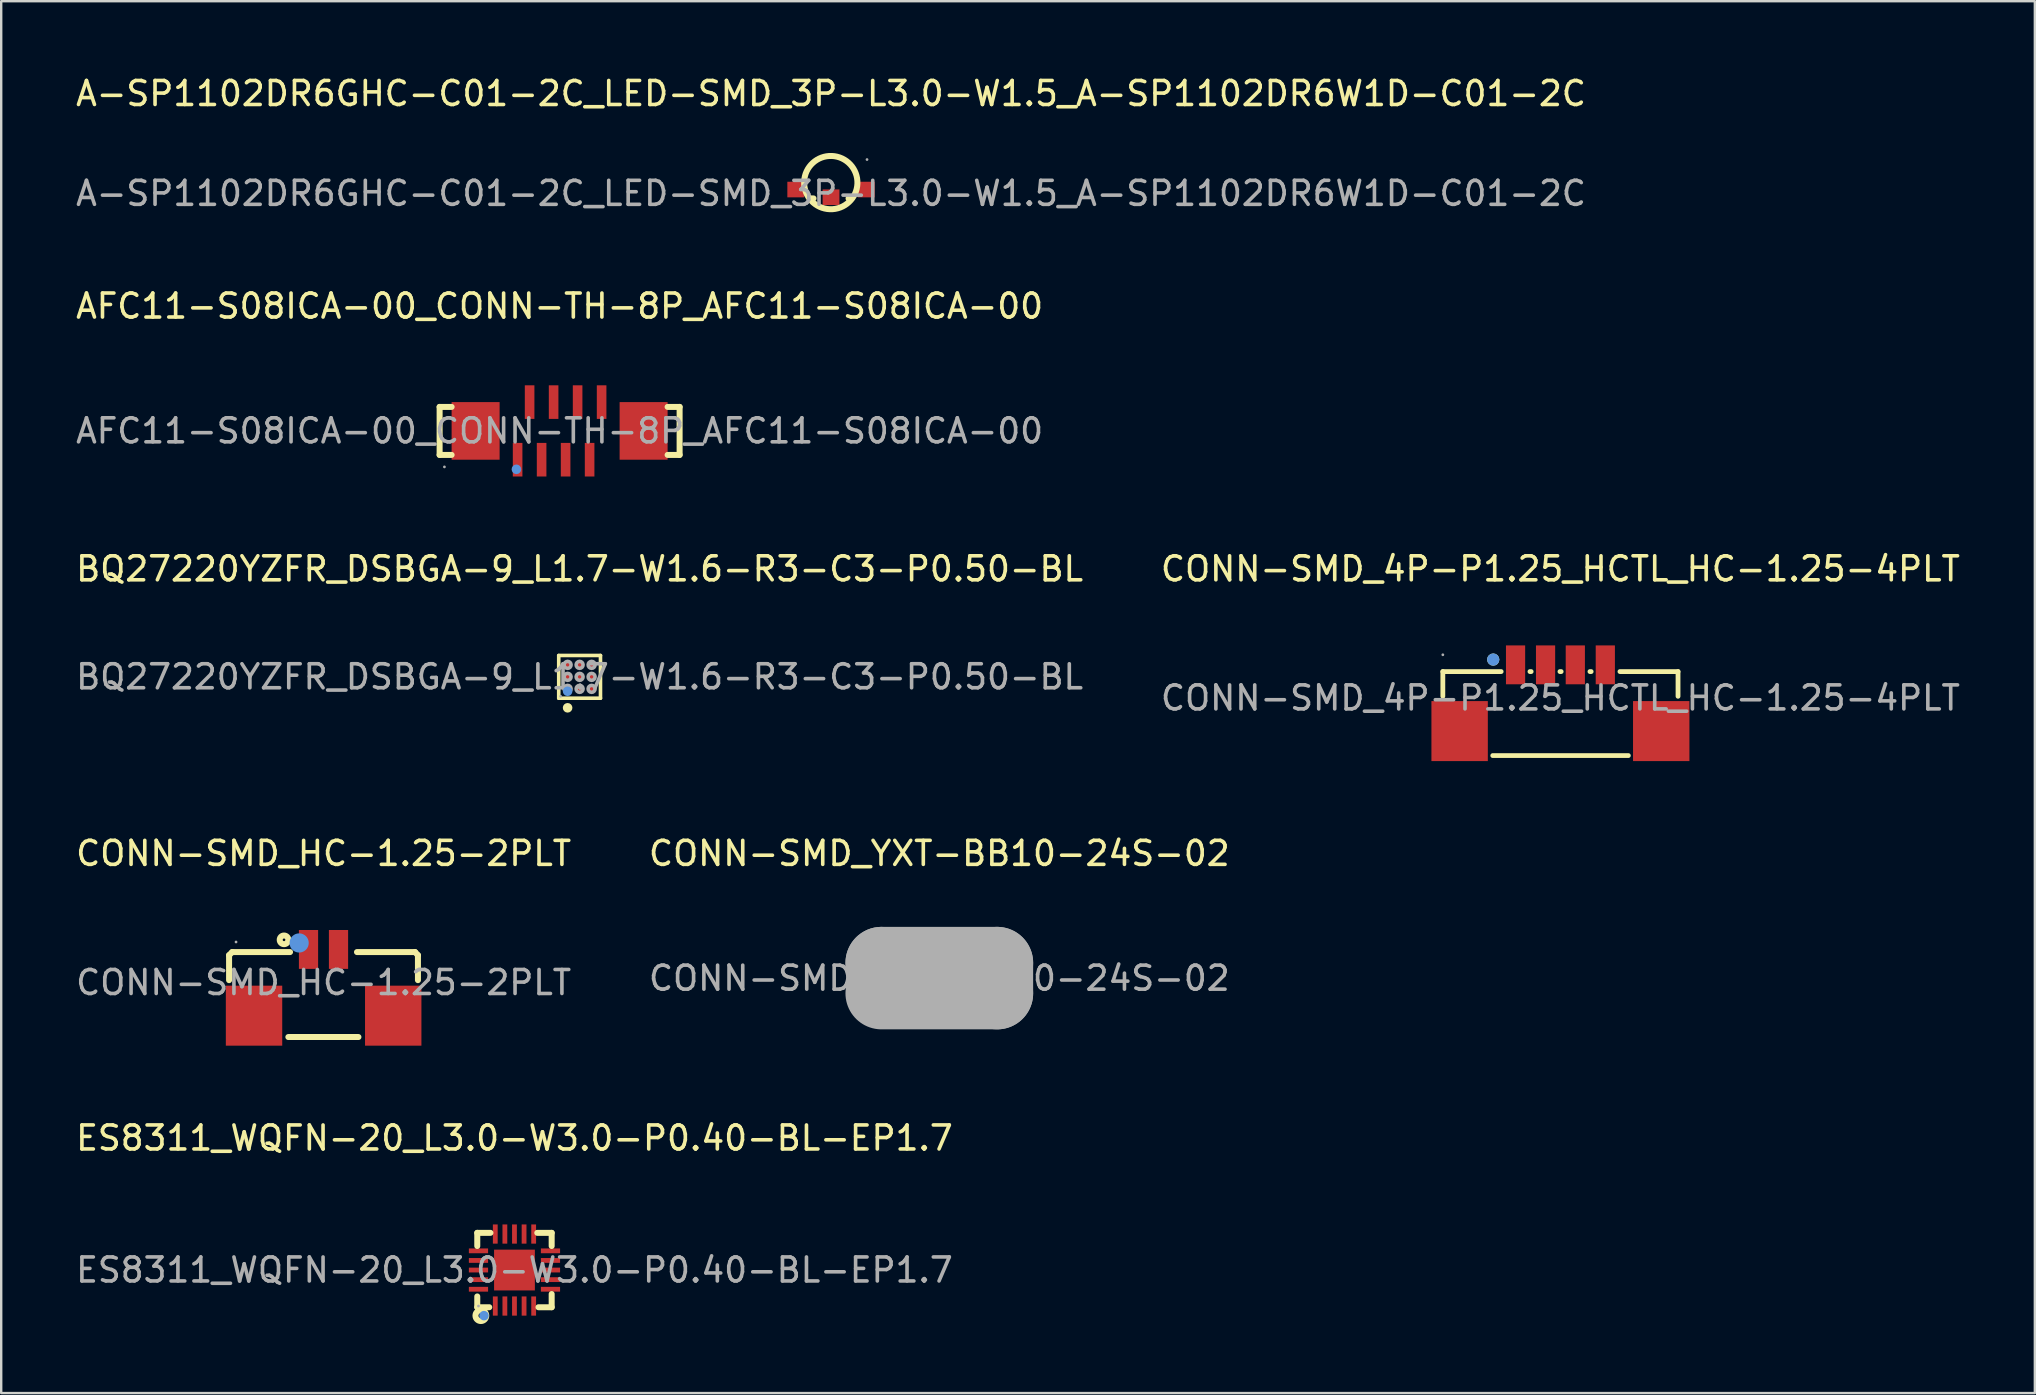
<source format=kicad_pcb>
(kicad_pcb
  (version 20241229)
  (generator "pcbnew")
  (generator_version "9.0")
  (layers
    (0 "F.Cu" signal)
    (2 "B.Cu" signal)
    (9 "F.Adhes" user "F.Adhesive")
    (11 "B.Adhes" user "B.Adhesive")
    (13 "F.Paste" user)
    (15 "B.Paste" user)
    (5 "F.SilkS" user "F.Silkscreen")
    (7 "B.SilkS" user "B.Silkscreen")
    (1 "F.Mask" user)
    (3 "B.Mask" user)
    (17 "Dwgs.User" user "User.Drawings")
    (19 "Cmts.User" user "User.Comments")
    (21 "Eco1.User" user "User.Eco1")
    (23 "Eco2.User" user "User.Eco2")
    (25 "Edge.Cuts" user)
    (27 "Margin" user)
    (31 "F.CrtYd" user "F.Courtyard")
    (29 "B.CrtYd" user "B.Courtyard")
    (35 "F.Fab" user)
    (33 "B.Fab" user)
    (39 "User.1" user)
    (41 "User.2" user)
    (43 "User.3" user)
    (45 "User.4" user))
  (footprint "A-SP1102DR6GHC-C01-2C_LED-SMD_3P-L3.0-W1.5_A-SP1102DR6W1D-C01-2C"
    (layer "F.Cu")
    (at 31.577 5.008)
    (property "Reference" "A-SP1102DR6GHC-C01-2C_LED-SMD_3P-L3.0-W1.5_A-SP1102DR6W1D-C01-2C" (at 0 -4.16 0) (layer "F.SilkS") (effects (font (size 1 1) (thickness 0.15))))
    (attr smd)
    (fp_line (start -0.85 0.21) (end -0.73 0.21) (stroke (width 0.25) (type solid)) (layer "F.SilkS"))
    (fp_line (start 0.73 0.21) (end 0.86 0.21) (stroke (width 0.25) (type solid)) (layer "F.SilkS"))
    (fp_arc (start -1.119307 -0.499368) (mid 1.099696 -0.410314) (end -1.12 -0.48) (stroke (width 0.25) (type solid)) (layer "F.SilkS"))
    (fp_circle (center 1.5 -1.41) (end 1.53 -1.41) (stroke (width 0.06) (type solid)) (fill no) (layer "F.Fab"))
    (fp_text user "${REFERENCE}" (at 0 0 0) (layer "F.Fab") (effects (font (size 1 1) (thickness 0.15))))
    (pad "1" smd rect (at 1.47 -0.16) (size 0.7 0.65) (layers "F.Cu" "F.Mask" "F.Paste"))
    (pad "2" smd rect (at 0 0.16) (size 0.7 0.65) (layers "F.Cu" "F.Mask" "F.Paste"))
    (pad "3" smd rect (at -1.47 -0.16) (size 0.7 0.65) (layers "F.Cu" "F.Mask" "F.Paste")))
  (footprint "BQ27220YZFR_DSBGA-9_L1.7-W1.6-R3-C3-P0.50-BL"
    (layer "F.Cu")
    (at 21.101 25.153)
    (property "Reference" "BQ27220YZFR_DSBGA-9_L1.7-W1.6-R3-C3-P0.50-BL" (at 0 -4.5 0) (layer "F.SilkS") (effects (font (size 1 1) (thickness 0.15))))
    (attr smd)
    (fp_line (start -0.87 -0.89) (end 0.87 -0.89) (stroke (width 0.15) (type solid)) (layer "F.SilkS"))
    (fp_line (start -0.87 0.89) (end -0.87 -0.89) (stroke (width 0.15) (type solid)) (layer "F.SilkS"))
    (fp_line (start 0.87 -0.89) (end 0.87 0.89) (stroke (width 0.15) (type solid)) (layer "F.SilkS"))
    (fp_line (start 0.87 0.89) (end -0.87 0.89) (stroke (width 0.15) (type solid)) (layer "F.SilkS"))
    (fp_circle (center -0.5 1.29) (end -0.4 1.29) (stroke (width 0.2) (type solid)) (fill no) (layer "F.SilkS"))
    (fp_circle (center -0.5 0.6) (end -0.4 0.6) (stroke (width 0.2) (type solid)) (fill no) (layer "Cmts.User"))
    (fp_circle (center -0.79 0.81) (end -0.76 0.81) (stroke (width 0.06) (type solid)) (fill no) (layer "F.Fab"))
    (fp_circle (center -0.5 -0.5) (end -0.43 -0.5) (stroke (width 0.15) (type solid)) (fill no) (layer "F.Fab"))
    (fp_circle (center -0.5 0) (end -0.43 0) (stroke (width 0.15) (type solid)) (fill no) (layer "F.Fab"))
    (fp_circle (center -0.5 0.5) (end -0.43 0.5) (stroke (width 0.15) (type solid)) (fill no) (layer "F.Fab"))
    (fp_circle (center 0 -0.5) (end 0.07 -0.5) (stroke (width 0.15) (type solid)) (fill no) (layer "F.Fab"))
    (fp_circle (center 0 0) (end 0.07 0) (stroke (width 0.15) (type solid)) (fill no) (layer "F.Fab"))
    (fp_circle (center 0 0.5) (end 0.07 0.5) (stroke (width 0.15) (type solid)) (fill no) (layer "F.Fab"))
    (fp_circle (center 0.5 -0.5) (end 0.57 -0.5) (stroke (width 0.15) (type solid)) (fill no) (layer "F.Fab"))
    (fp_circle (center 0.5 0) (end 0.57 0) (stroke (width 0.15) (type solid)) (fill no) (layer "F.Fab"))
    (fp_circle (center 0.5 0.5) (end 0.57 0.5) (stroke (width 0.15) (type solid)) (fill no) (layer "F.Fab"))
    (fp_text user "${REFERENCE}" (at 0 0 0) (layer "F.Fab") (effects (font (size 1 1) (thickness 0.15))))
    (pad "A1" smd circle (at -0.5 0.5) (size 0.24 0.24) (layers "F.Cu" "F.Mask" "F.Paste"))
    (pad "A2" smd circle (at -0.5 0) (size 0.24 0.24) (layers "F.Cu" "F.Mask" "F.Paste"))
    (pad "A3" smd circle (at -0.5 -0.5) (size 0.24 0.24) (layers "F.Cu" "F.Mask" "F.Paste"))
    (pad "B1" smd circle (at 0 0.5) (size 0.24 0.24) (layers "F.Cu" "F.Mask" "F.Paste"))
    (pad "B2" smd circle (at 0 0) (size 0.24 0.24) (layers "F.Cu" "F.Mask" "F.Paste"))
    (pad "B3" smd circle (at 0 -0.5) (size 0.24 0.24) (layers "F.Cu" "F.Mask" "F.Paste"))
    (pad "C1" smd circle (at 0.5 0.5) (size 0.24 0.24) (layers "F.Cu" "F.Mask" "F.Paste"))
    (pad "C2" smd circle (at 0.5 0) (size 0.24 0.24) (layers "F.Cu" "F.Mask" "F.Paste"))
    (pad "C3" smd circle (at 0.5 -0.5) (size 0.24 0.24) (layers "F.Cu" "F.Mask" "F.Paste")))
  (footprint "CONN-SMD_YXT-BB10-24S-02"
    (layer "F.Cu")
    (at 36.089 37.711)
    (property "Reference" "CONN-SMD_YXT-BB10-24S-02" (at 0 -5.2 0) (layer "F.SilkS") (effects (font (size 1 1) (thickness 0.15))))
    (attr smd)
    (fp_line (start -3.65 -0.4) (end -3.65 0.4) (stroke (width 0.15) (type solid)) (layer "F.SilkS"))
    (fp_line (start 3.65 -0.4) (end 3.65 0.4) (stroke (width 0.15) (type solid)) (layer "F.SilkS"))
    (fp_circle (center 2.16 -1.78) (end 2.26 -1.78) (stroke (width 0.2) (type solid)) (fill no) (layer "F.SilkS"))
    (fp_line (start -2.41 -0.64) (end -2.41 -0.64) (stroke (width 3) (type solid)) (layer "F.Fab"))
    (fp_line (start -2.41 -0.64) (end 2.41 -0.64) (stroke (width 3) (type solid)) (layer "F.Fab"))
    (fp_line (start 2.41 -0.64) (end 2.41 0.63) (stroke (width 3) (type solid)) (layer "F.Fab"))
    (fp_line (start 2.41 0.63) (end -2.41 0.63) (stroke (width 3) (type solid)) (layer "F.Fab"))
    (fp_circle (center 3.65 -1.26) (end 3.68 -1.26) (stroke (width 0.06) (type solid)) (fill no) (layer "F.Fab"))
    (fp_text user "${REFERENCE}" (at 0 0 0) (layer "F.Fab") (effects (font (size 1 1) (thickness 0.15))))
    (pad "1" smd rect (at 2.2 -1.2) (size 0.2 0.5) (layers "F.Cu" "F.Mask" "F.Paste"))
    (pad "2" smd rect (at 1.8 -1.2) (size 0.2 0.5) (layers "F.Cu" "F.Mask" "F.Paste"))
    (pad "3" smd rect (at 1.4 -1.2) (size 0.2 0.5) (layers "F.Cu" "F.Mask" "F.Paste"))
    (pad "4" smd rect (at 1 -1.2) (size 0.2 0.5) (layers "F.Cu" "F.Mask" "F.Paste"))
    (pad "5" smd rect (at 0.6 -1.2) (size 0.2 0.5) (layers "F.Cu" "F.Mask" "F.Paste"))
    (pad "6" smd rect (at 0.2 -1.2) (size 0.2 0.5) (layers "F.Cu" "F.Mask" "F.Paste"))
    (pad "7" smd rect (at -0.2 -1.2) (size 0.2 0.5) (layers "F.Cu" "F.Mask" "F.Paste"))
    (pad "8" smd rect (at -0.6 -1.2) (size 0.2 0.5) (layers "F.Cu" "F.Mask" "F.Paste"))
    (pad "9" smd rect (at -1 -1.2) (size 0.2 0.5) (layers "F.Cu" "F.Mask" "F.Paste"))
    (pad "10" smd rect (at -1.4 -1.2) (size 0.2 0.5) (layers "F.Cu" "F.Mask" "F.Paste"))
    (pad "11" smd rect (at -1.8 -1.2) (size 0.2 0.5) (layers "F.Cu" "F.Mask" "F.Paste"))
    (pad "12" smd rect (at -2.2 -1.2) (size 0.2 0.5) (layers "F.Cu" "F.Mask" "F.Paste"))
    (pad "13" smd rect (at -2.2 1.2) (size 0.2 0.5) (layers "F.Cu" "F.Mask" "F.Paste"))
    (pad "14" smd rect (at -1.8 1.2) (size 0.2 0.5) (layers "F.Cu" "F.Mask" "F.Paste"))
    (pad "15" smd rect (at -1.4 1.2) (size 0.2 0.5) (layers "F.Cu" "F.Mask" "F.Paste"))
    (pad "16" smd rect (at -1 1.2) (size 0.2 0.5) (layers "F.Cu" "F.Mask" "F.Paste"))
    (pad "17" smd rect (at -0.6 1.2) (size 0.2 0.5) (layers "F.Cu" "F.Mask" "F.Paste"))
    (pad "18" smd rect (at -0.2 1.2) (size 0.2 0.5) (layers "F.Cu" "F.Mask" "F.Paste"))
    (pad "19" smd rect (at 0.2 1.2) (size 0.2 0.5) (layers "F.Cu" "F.Mask" "F.Paste"))
    (pad "20" smd rect (at 0.6 1.2) (size 0.2 0.5) (layers "F.Cu" "F.Mask" "F.Paste"))
    (pad "21" smd rect (at 1 1.2) (size 0.2 0.5) (layers "F.Cu" "F.Mask" "F.Paste"))
    (pad "22" smd rect (at 1.4 1.2) (size 0.2 0.5) (layers "F.Cu" "F.Mask" "F.Paste"))
    (pad "23" smd rect (at 1.8 1.2) (size 0.2 0.5) (layers "F.Cu" "F.Mask" "F.Paste"))
    (pad "24" smd rect (at 2.2 1.2) (size 0.2 0.5) (layers "F.Cu" "F.Mask" "F.Paste"))
    (pad "25" smd rect (at -3.2 -0.99) (size 0.9 0.92) (layers "F.Cu" "F.Mask" "F.Paste"))
    (pad "26" smd rect (at -3.2 0.99) (size 0.9 0.92) (layers "F.Cu" "F.Mask" "F.Paste"))
    (pad "27" smd rect (at 3.2 0.99) (size 0.9 0.92) (layers "F.Cu" "F.Mask" "F.Paste"))
    (pad "28" smd rect (at 3.2 -0.99) (size 0.9 0.92) (layers "F.Cu" "F.Mask" "F.Paste")))
  (footprint "AFC11-S08ICA-00_CONN-TH-8P_AFC11-S08ICA-00"
    (layer "F.Cu")
    (at 20.268 14.905)
    (property "Reference" "AFC11-S08ICA-00_CONN-TH-8P_AFC11-S08ICA-00" (at 0 -5.2 0) (layer "F.SilkS") (effects (font (size 1 1) (thickness 0.15))))
    (attr smd)
    (fp_line (start -5 -1) (end -5 1) (stroke (width 0.25) (type solid)) (layer "F.SilkS"))
    (fp_line (start -5 1) (end -4.5 1) (stroke (width 0.25) (type solid)) (layer "F.SilkS"))
    (fp_line (start -4.5 -1) (end -5 -1) (stroke (width 0.25) (type solid)) (layer "F.SilkS"))
    (fp_line (start 4.5 -1) (end 5 -1) (stroke (width 0.25) (type solid)) (layer "F.SilkS"))
    (fp_line (start 5 -1) (end 5 1) (stroke (width 0.25) (type solid)) (layer "F.SilkS"))
    (fp_line (start 5 1) (end 4.5 1) (stroke (width 0.25) (type solid)) (layer "F.SilkS"))
    (fp_circle (center -1.8 1.6) (end -1.7 1.6) (stroke (width 0.2) (type solid)) (fill no) (layer "Cmts.User"))
    (fp_circle (center -4.8 1.5) (end -4.77 1.5) (stroke (width 0.06) (type solid)) (fill no) (layer "F.Fab"))
    (fp_text user "${REFERENCE}" (at 0 0 0) (layer "F.Fab") (effects (font (size 1 1) (thickness 0.15))))
    (pad "1" smd rect (at -1.75 1.2) (size 0.4 1.4) (layers "F.Cu" "F.Mask" "F.Paste"))
    (pad "2" smd rect (at -1.25 -1.2) (size 0.4 1.4) (layers "F.Cu" "F.Mask" "F.Paste"))
    (pad "3" smd rect (at -0.75 1.2) (size 0.4 1.4) (layers "F.Cu" "F.Mask" "F.Paste"))
    (pad "4" smd rect (at -0.25 -1.2) (size 0.4 1.4) (layers "F.Cu" "F.Mask" "F.Paste"))
    (pad "5" smd rect (at 0.25 1.2) (size 0.4 1.4) (layers "F.Cu" "F.Mask" "F.Paste"))
    (pad "6" smd rect (at 0.75 -1.2) (size 0.4 1.4) (layers "F.Cu" "F.Mask" "F.Paste"))
    (pad "7" smd rect (at 1.25 1.2) (size 0.4 1.4) (layers "F.Cu" "F.Mask" "F.Paste"))
    (pad "8" smd rect (at 1.75 -1.2) (size 0.4 1.4) (layers "F.Cu" "F.Mask" "F.Paste"))
    (pad "9" smd rect (at 3.5 0) (size 2 2.4) (layers "F.Cu" "F.Mask" "F.Paste"))
    (pad "10" smd rect (at -3.5 0) (size 2 2.4) (layers "F.Cu" "F.Mask" "F.Paste")))
  (footprint "CONN-SMD_4P-P1.25_HCTL_HC-1.25-4PLT"
    (layer "F.Cu")
    (at 61.97 26.033)
    (property "Reference" "CONN-SMD_4P-P1.25_HCTL_HC-1.25-4PLT" (at 0 -5.38 0) (layer "F.SilkS") (effects (font (size 1 1) (thickness 0.15))))
    (attr smd)
    (fp_line (start -4.9 -1.1) (end -4.9 -0.07) (stroke (width 0.2) (type solid)) (layer "F.SilkS"))
    (fp_line (start -2.82 2.4) (end 2.83 2.4) (stroke (width 0.2) (type solid)) (layer "F.SilkS"))
    (fp_line (start -2.47 -1.1) (end -4.9 -1.1) (stroke (width 0.2) (type solid)) (layer "F.SilkS"))
    (fp_line (start -1.22 -1.1) (end -1.27 -1.1) (stroke (width 0.2) (type solid)) (layer "F.SilkS"))
    (fp_line (start 0.03 -1.1) (end -0.02 -1.1) (stroke (width 0.2) (type solid)) (layer "F.SilkS"))
    (fp_line (start 1.28 -1.1) (end 1.23 -1.1) (stroke (width 0.2) (type solid)) (layer "F.SilkS"))
    (fp_line (start 4.9 -1.1) (end 2.48 -1.1) (stroke (width 0.2) (type solid)) (layer "F.SilkS"))
    (fp_line (start 4.9 -1.1) (end 4.9 -0.07) (stroke (width 0.2) (type solid)) (layer "F.SilkS"))
    (fp_circle (center -2.8 -1.6) (end -2.67 -1.6) (stroke (width 0.25) (type solid)) (fill no) (layer "F.SilkS"))
    (fp_circle (center -2.8 -1.6) (end -2.67 -1.6) (stroke (width 0.25) (type solid)) (fill no) (layer "Cmts.User"))
    (fp_circle (center -4.9 -1.8) (end -4.87 -1.8) (stroke (width 0.06) (type solid)) (fill no) (layer "F.Fab"))
    (fp_text user "${REFERENCE}" (at 0 0 0) (layer "F.Fab") (effects (font (size 1 1) (thickness 0.15))))
    (pad "1" smd rect (at -1.87 -1.38) (size 0.8 1.62) (layers "F.Cu" "F.Mask" "F.Paste"))
    (pad "2" smd rect (at -0.62 -1.38) (size 0.8 1.62) (layers "F.Cu" "F.Mask" "F.Paste"))
    (pad "3" smd rect (at 0.62 -1.38) (size 0.8 1.62) (layers "F.Cu" "F.Mask" "F.Paste"))
    (pad "4" smd rect (at 1.87 -1.38) (size 0.8 1.62) (layers "F.Cu" "F.Mask" "F.Paste"))
    (pad "5" smd rect (at -4.2 1.38) (size 2.35 2.5) (layers "F.Cu" "F.Mask" "F.Paste"))
    (pad "6" smd rect (at 4.2 1.38) (size 2.35 2.5) (layers "F.Cu" "F.Mask" "F.Paste")))
  (footprint "CONN-SMD_HC-1.25-2PLT"
    (layer "F.Cu")
    (at 10.435 37.891)
    (property "Reference" "CONN-SMD_HC-1.25-2PLT" (at 0 -5.38 0) (layer "F.SilkS") (effects (font (size 1 1) (thickness 0.15))))
    (attr smd)
    (fp_line (start -3.94 -1.14) (end -3.94 -0.1) (stroke (width 0.25) (type solid)) (layer "F.SilkS"))
    (fp_line (start -3.81 -1.27) (end -3.94 -1.14) (stroke (width 0.25) (type solid)) (layer "F.SilkS"))
    (fp_line (start -1.47 2.27) (end 1.45 2.27) (stroke (width 0.25) (type solid)) (layer "F.SilkS"))
    (fp_line (start -1.4 -1.27) (end -3.81 -1.27) (stroke (width 0.25) (type solid)) (layer "F.SilkS"))
    (fp_line (start 1.39 -1.27) (end 3.81 -1.27) (stroke (width 0.25) (type solid)) (layer "F.SilkS"))
    (fp_line (start 3.81 -1.27) (end 3.93 -1.14) (stroke (width 0.25) (type solid)) (layer "F.SilkS"))
    (fp_line (start 3.93 -1.14) (end 3.93 -0.1) (stroke (width 0.25) (type solid)) (layer "F.SilkS"))
    (fp_circle (center -1.65 -1.78) (end -1.47 -1.78) (stroke (width 0.25) (type solid)) (fill no) (layer "F.SilkS"))
    (fp_circle (center -1.02 -1.65) (end -0.82 -1.65) (stroke (width 0.4) (type solid)) (fill no) (layer "Cmts.User"))
    (fp_circle (center -3.65 -1.69) (end -3.62 -1.69) (stroke (width 0.06) (type solid)) (fill no) (layer "F.Fab"))
    (fp_text user "${REFERENCE}" (at 0 0 0) (layer "F.Fab") (effects (font (size 1 1) (thickness 0.15))))
    (pad "1" smd rect (at -0.63 -1.38) (size 0.8 1.62) (layers "F.Cu" "F.Mask" "F.Paste"))
    (pad "2" smd rect (at 0.62 -1.38) (size 0.8 1.62) (layers "F.Cu" "F.Mask" "F.Paste"))
    (pad "3" smd rect (at 2.9 1.38) (size 2.35 2.5) (layers "F.Cu" "F.Mask" "F.Paste"))
    (pad "4" smd rect (at -2.9 1.38) (size 2.35 2.5) (layers "F.Cu" "F.Mask" "F.Paste")))
  (footprint "ES8311_WQFN-20_L3.0-W3.0-P0.40-BL-EP1.7"
    (layer "F.Cu")
    (at 18.387 49.87)
    (property "Reference" "ES8311_WQFN-20_L3.0-W3.0-P0.40-BL-EP1.7" (at 0 -5.5 0) (layer "F.SilkS") (effects (font (size 1 1) (thickness 0.15))))
    (attr smd)
    (fp_line (start -1.55 -1.55) (end -1 -1.55) (stroke (width 0.25) (type solid)) (layer "F.SilkS"))
    (fp_line (start -1.55 -1) (end -1.55 -1.55) (stroke (width 0.25) (type solid)) (layer "F.SilkS"))
    (fp_line (start -1.55 1.1) (end -1.55 1.55) (stroke (width 0.25) (type solid)) (layer "F.SilkS"))
    (fp_line (start -1.55 1.55) (end -1.05 1.55) (stroke (width 0.25) (type solid)) (layer "F.SilkS"))
    (fp_line (start 0.95 -1.55) (end 1.55 -1.55) (stroke (width 0.25) (type solid)) (layer "F.SilkS"))
    (fp_line (start 1.55 -1.55) (end 1.55 -1) (stroke (width 0.25) (type solid)) (layer "F.SilkS"))
    (fp_line (start 1.55 1) (end 1.55 1.55) (stroke (width 0.25) (type solid)) (layer "F.SilkS"))
    (fp_line (start 1.55 1.55) (end 1 1.55) (stroke (width 0.25) (type solid)) (layer "F.SilkS"))
    (fp_circle (center -1.4 1.9) (end -1.3 1.9) (stroke (width 0.25) (type solid)) (fill no) (layer "F.SilkS"))
    (fp_circle (center -1.27 1.9) (end -1.17 1.9) (stroke (width 0.2) (type solid)) (fill no) (layer "Cmts.User"))
    (fp_circle (center -1.5 1.5) (end -1.47 1.5) (stroke (width 0.06) (type solid)) (fill no) (layer "F.Fab"))
    (fp_text user "${REFERENCE}" (at 0 0 0) (layer "F.Fab") (effects (font (size 1 1) (thickness 0.15))))
    (pad "1" smd rect (at -0.8 1.5 180) (size 0.2 0.8) (layers "F.Cu" "F.Mask" "F.Paste"))
    (pad "2" smd rect (at -0.4 1.5 180) (size 0.2 0.8) (layers "F.Cu" "F.Mask" "F.Paste"))
    (pad "3" smd rect (at 0 1.5 180) (size 0.2 0.8) (layers "F.Cu" "F.Mask" "F.Paste"))
    (pad "4" smd rect (at 0.4 1.5 180) (size 0.2 0.8) (layers "F.Cu" "F.Mask" "F.Paste"))
    (pad "5" smd rect (at 0.8 1.5 180) (size 0.2 0.8) (layers "F.Cu" "F.Mask" "F.Paste"))
    (pad "6" smd rect (at 1.5 0.8 90) (size 0.2 0.8) (layers "F.Cu" "F.Mask" "F.Paste"))
    (pad "7" smd rect (at 1.5 0.4 90) (size 0.2 0.8) (layers "F.Cu" "F.Mask" "F.Paste"))
    (pad "8" smd rect (at 1.5 0 90) (size 0.2 0.8) (layers "F.Cu" "F.Mask" "F.Paste"))
    (pad "9" smd rect (at 1.5 -0.4 90) (size 0.2 0.8) (layers "F.Cu" "F.Mask" "F.Paste"))
    (pad "10" smd rect (at 1.5 -0.8 90) (size 0.2 0.8) (layers "F.Cu" "F.Mask" "F.Paste"))
    (pad "11" smd rect (at 0.8 -1.5 180) (size 0.2 0.8) (layers "F.Cu" "F.Mask" "F.Paste"))
    (pad "12" smd rect (at 0.4 -1.5 180) (size 0.2 0.8) (layers "F.Cu" "F.Mask" "F.Paste"))
    (pad "13" smd rect (at 0 -1.5 180) (size 0.2 0.8) (layers "F.Cu" "F.Mask" "F.Paste"))
    (pad "14" smd rect (at -0.4 -1.5 180) (size 0.2 0.8) (layers "F.Cu" "F.Mask" "F.Paste"))
    (pad "15" smd rect (at -0.8 -1.5 180) (size 0.2 0.8) (layers "F.Cu" "F.Mask" "F.Paste"))
    (pad "16" smd rect (at -1.5 -0.8 270) (size 0.2 0.8) (layers "F.Cu" "F.Mask" "F.Paste"))
    (pad "17" smd rect (at -1.5 -0.4 270) (size 0.2 0.8) (layers "F.Cu" "F.Mask" "F.Paste"))
    (pad "18" smd rect (at -1.5 0 270) (size 0.2 0.8) (layers "F.Cu" "F.Mask" "F.Paste"))
    (pad "19" smd rect (at -1.5 0.4 270) (size 0.2 0.8) (layers "F.Cu" "F.Mask" "F.Paste"))
    (pad "20" smd rect (at -1.5 0.8 270) (size 0.2 0.8) (layers "F.Cu" "F.Mask" "F.Paste"))
    (pad "21" smd rect (at 0 0 270) (size 1.7 1.7) (layers "F.Cu" "F.Mask" "F.Paste")))
  (gr_rect
    (start -3 -3)
    (end 81.738 54.995)
    (stroke (width 0.1) (type default))
    (fill no)
    (layer "Edge.Cuts")))
</source>
